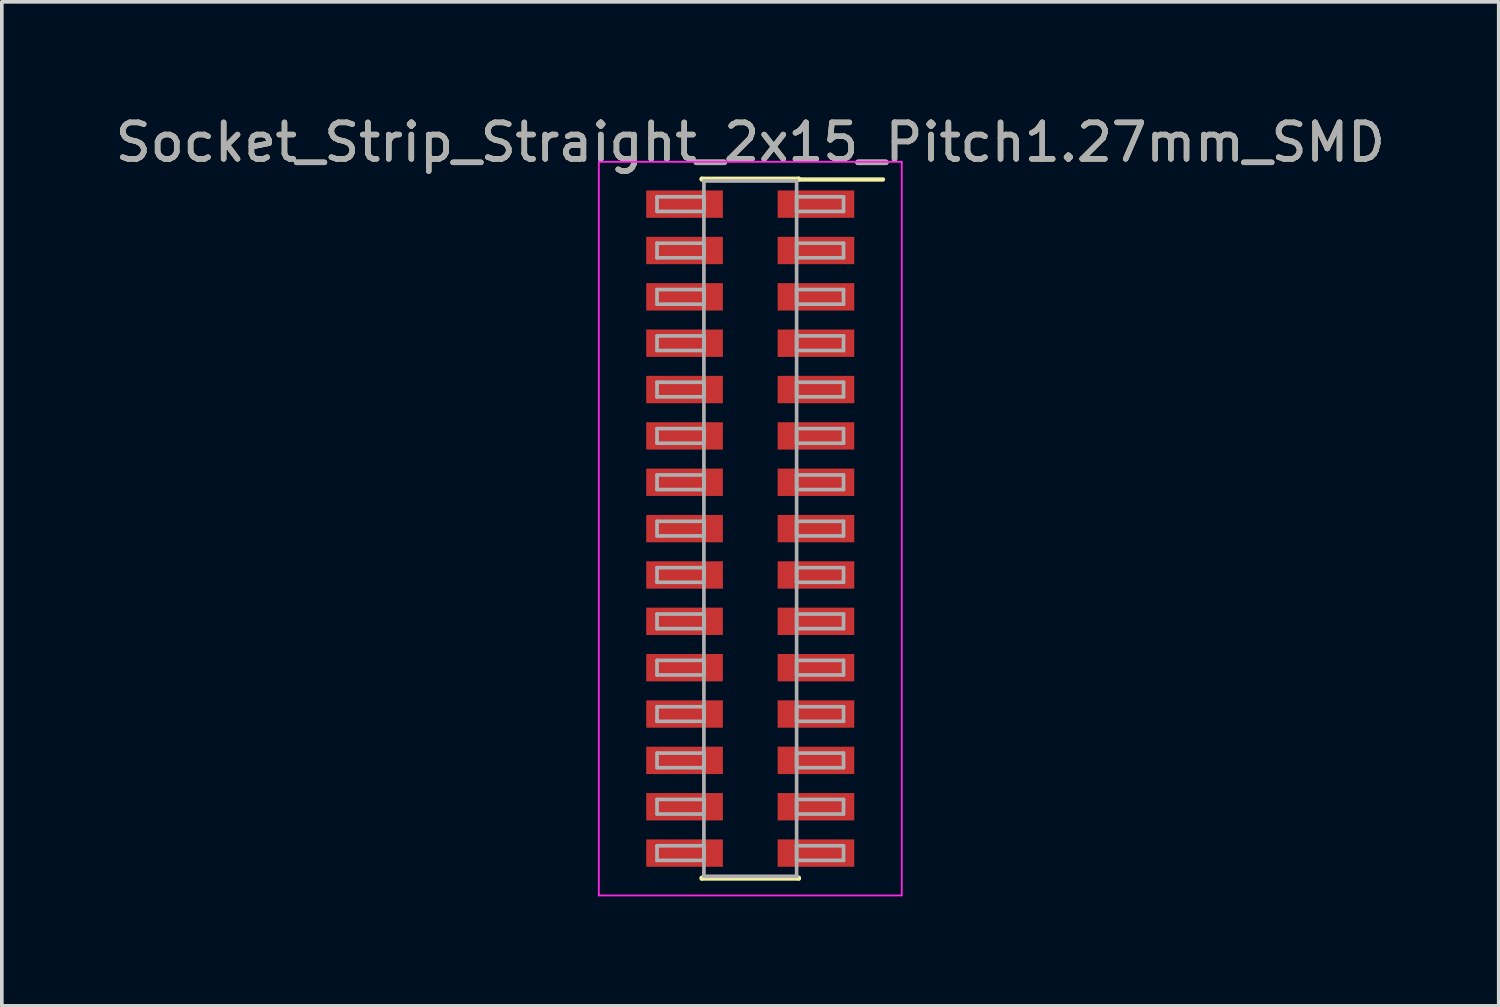
<source format=kicad_pcb>
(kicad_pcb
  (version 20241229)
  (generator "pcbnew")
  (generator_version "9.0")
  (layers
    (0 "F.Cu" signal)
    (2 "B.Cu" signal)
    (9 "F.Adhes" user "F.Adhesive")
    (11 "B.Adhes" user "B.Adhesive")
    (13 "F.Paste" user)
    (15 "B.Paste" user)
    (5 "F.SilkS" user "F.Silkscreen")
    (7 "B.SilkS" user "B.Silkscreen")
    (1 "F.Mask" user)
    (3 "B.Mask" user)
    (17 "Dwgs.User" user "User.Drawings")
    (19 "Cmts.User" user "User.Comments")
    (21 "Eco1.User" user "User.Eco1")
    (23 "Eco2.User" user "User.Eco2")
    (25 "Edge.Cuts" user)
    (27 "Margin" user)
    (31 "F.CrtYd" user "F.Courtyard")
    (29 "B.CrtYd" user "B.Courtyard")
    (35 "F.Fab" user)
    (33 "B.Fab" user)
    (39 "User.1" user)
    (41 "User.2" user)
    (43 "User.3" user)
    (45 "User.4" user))
  (footprint "Socket_Strip_Straight_2x15_Pitch1.27mm_SMD"
    (layer "F.Cu")
    (at 17.506 11.433)
    (property "Reference" "Socket_Strip_Straight_2x15_Pitch1.27mm_SMD" (at 0 -10.585 0) (layer "F.SilkS") (effects (font (size 1 1) (thickness 0.15))))
    (attr smd)
    (fp_line (start -1.33 -9.585) (end 1.33 -9.585) (stroke (width 0.12) (type solid)) (layer "F.SilkS"))
    (fp_line (start -1.33 -9.565) (end -1.33 -9.585) (stroke (width 0.12) (type solid)) (layer "F.SilkS"))
    (fp_line (start -1.33 9.565) (end -1.33 9.585) (stroke (width 0.12) (type solid)) (layer "F.SilkS"))
    (fp_line (start -1.33 9.585) (end 1.33 9.585) (stroke (width 0.12) (type solid)) (layer "F.SilkS"))
    (fp_line (start 1.33 -9.585) (end 1.33 -9.565) (stroke (width 0.12) (type solid)) (layer "F.SilkS"))
    (fp_line (start 1.33 9.585) (end 1.33 9.565) (stroke (width 0.12) (type solid)) (layer "F.SilkS"))
    (fp_line (start 3.635 -9.565) (end 1.33 -9.565) (stroke (width 0.12) (type solid)) (layer "F.SilkS"))
    (fp_line (start -4.15 -10.05) (end -4.15 10.05) (stroke (width 0.05) (type solid)) (layer "F.CrtYd"))
    (fp_line (start -4.15 10.05) (end 4.15 10.05) (stroke (width 0.05) (type solid)) (layer "F.CrtYd"))
    (fp_line (start 4.15 -10.05) (end -4.15 -10.05) (stroke (width 0.05) (type solid)) (layer "F.CrtYd"))
    (fp_line (start 4.15 10.05) (end 4.15 -10.05) (stroke (width 0.05) (type solid)) (layer "F.CrtYd"))
    (fp_line (start -2.555 -9.09) (end -1.27 -9.09) (stroke (width 0.1) (type solid)) (layer "F.Fab"))
    (fp_line (start -2.555 -8.69) (end -2.555 -9.09) (stroke (width 0.1) (type solid)) (layer "F.Fab"))
    (fp_line (start -2.555 -7.82) (end -1.27 -7.82) (stroke (width 0.1) (type solid)) (layer "F.Fab"))
    (fp_line (start -2.555 -7.42) (end -2.555 -7.82) (stroke (width 0.1) (type solid)) (layer "F.Fab"))
    (fp_line (start -2.555 -6.55) (end -1.27 -6.55) (stroke (width 0.1) (type solid)) (layer "F.Fab"))
    (fp_line (start -2.555 -6.15) (end -2.555 -6.55) (stroke (width 0.1) (type solid)) (layer "F.Fab"))
    (fp_line (start -2.555 -5.28) (end -1.27 -5.28) (stroke (width 0.1) (type solid)) (layer "F.Fab"))
    (fp_line (start -2.555 -4.88) (end -2.555 -5.28) (stroke (width 0.1) (type solid)) (layer "F.Fab"))
    (fp_line (start -2.555 -4.01) (end -1.27 -4.01) (stroke (width 0.1) (type solid)) (layer "F.Fab"))
    (fp_line (start -2.555 -3.61) (end -2.555 -4.01) (stroke (width 0.1) (type solid)) (layer "F.Fab"))
    (fp_line (start -2.555 -2.74) (end -1.27 -2.74) (stroke (width 0.1) (type solid)) (layer "F.Fab"))
    (fp_line (start -2.555 -2.34) (end -2.555 -2.74) (stroke (width 0.1) (type solid)) (layer "F.Fab"))
    (fp_line (start -2.555 -1.47) (end -1.27 -1.47) (stroke (width 0.1) (type solid)) (layer "F.Fab"))
    (fp_line (start -2.555 -1.07) (end -2.555 -1.47) (stroke (width 0.1) (type solid)) (layer "F.Fab"))
    (fp_line (start -2.555 -0.2) (end -1.27 -0.2) (stroke (width 0.1) (type solid)) (layer "F.Fab"))
    (fp_line (start -2.555 0.2) (end -2.555 -0.2) (stroke (width 0.1) (type solid)) (layer "F.Fab"))
    (fp_line (start -2.555 1.07) (end -1.27 1.07) (stroke (width 0.1) (type solid)) (layer "F.Fab"))
    (fp_line (start -2.555 1.47) (end -2.555 1.07) (stroke (width 0.1) (type solid)) (layer "F.Fab"))
    (fp_line (start -2.555 2.34) (end -1.27 2.34) (stroke (width 0.1) (type solid)) (layer "F.Fab"))
    (fp_line (start -2.555 2.74) (end -2.555 2.34) (stroke (width 0.1) (type solid)) (layer "F.Fab"))
    (fp_line (start -2.555 3.61) (end -1.27 3.61) (stroke (width 0.1) (type solid)) (layer "F.Fab"))
    (fp_line (start -2.555 4.01) (end -2.555 3.61) (stroke (width 0.1) (type solid)) (layer "F.Fab"))
    (fp_line (start -2.555 4.88) (end -1.27 4.88) (stroke (width 0.1) (type solid)) (layer "F.Fab"))
    (fp_line (start -2.555 5.28) (end -2.555 4.88) (stroke (width 0.1) (type solid)) (layer "F.Fab"))
    (fp_line (start -2.555 6.15) (end -1.27 6.15) (stroke (width 0.1) (type solid)) (layer "F.Fab"))
    (fp_line (start -2.555 6.55) (end -2.555 6.15) (stroke (width 0.1) (type solid)) (layer "F.Fab"))
    (fp_line (start -2.555 7.42) (end -1.27 7.42) (stroke (width 0.1) (type solid)) (layer "F.Fab"))
    (fp_line (start -2.555 7.82) (end -2.555 7.42) (stroke (width 0.1) (type solid)) (layer "F.Fab"))
    (fp_line (start -2.555 8.69) (end -1.27 8.69) (stroke (width 0.1) (type solid)) (layer "F.Fab"))
    (fp_line (start -2.555 9.09) (end -2.555 8.69) (stroke (width 0.1) (type solid)) (layer "F.Fab"))
    (fp_line (start -1.27 -9.525) (end -1.27 9.525) (stroke (width 0.1) (type solid)) (layer "F.Fab"))
    (fp_line (start -1.27 -9.09) (end -1.27 -8.69) (stroke (width 0.1) (type solid)) (layer "F.Fab"))
    (fp_line (start -1.27 -8.69) (end -2.555 -8.69) (stroke (width 0.1) (type solid)) (layer "F.Fab"))
    (fp_line (start -1.27 -7.82) (end -1.27 -7.42) (stroke (width 0.1) (type solid)) (layer "F.Fab"))
    (fp_line (start -1.27 -7.42) (end -2.555 -7.42) (stroke (width 0.1) (type solid)) (layer "F.Fab"))
    (fp_line (start -1.27 -6.55) (end -1.27 -6.15) (stroke (width 0.1) (type solid)) (layer "F.Fab"))
    (fp_line (start -1.27 -6.15) (end -2.555 -6.15) (stroke (width 0.1) (type solid)) (layer "F.Fab"))
    (fp_line (start -1.27 -5.28) (end -1.27 -4.88) (stroke (width 0.1) (type solid)) (layer "F.Fab"))
    (fp_line (start -1.27 -4.88) (end -2.555 -4.88) (stroke (width 0.1) (type solid)) (layer "F.Fab"))
    (fp_line (start -1.27 -4.01) (end -1.27 -3.61) (stroke (width 0.1) (type solid)) (layer "F.Fab"))
    (fp_line (start -1.27 -3.61) (end -2.555 -3.61) (stroke (width 0.1) (type solid)) (layer "F.Fab"))
    (fp_line (start -1.27 -2.74) (end -1.27 -2.34) (stroke (width 0.1) (type solid)) (layer "F.Fab"))
    (fp_line (start -1.27 -2.34) (end -2.555 -2.34) (stroke (width 0.1) (type solid)) (layer "F.Fab"))
    (fp_line (start -1.27 -1.47) (end -1.27 -1.07) (stroke (width 0.1) (type solid)) (layer "F.Fab"))
    (fp_line (start -1.27 -1.07) (end -2.555 -1.07) (stroke (width 0.1) (type solid)) (layer "F.Fab"))
    (fp_line (start -1.27 -0.2) (end -1.27 0.2) (stroke (width 0.1) (type solid)) (layer "F.Fab"))
    (fp_line (start -1.27 0.2) (end -2.555 0.2) (stroke (width 0.1) (type solid)) (layer "F.Fab"))
    (fp_line (start -1.27 1.07) (end -1.27 1.47) (stroke (width 0.1) (type solid)) (layer "F.Fab"))
    (fp_line (start -1.27 1.47) (end -2.555 1.47) (stroke (width 0.1) (type solid)) (layer "F.Fab"))
    (fp_line (start -1.27 2.34) (end -1.27 2.74) (stroke (width 0.1) (type solid)) (layer "F.Fab"))
    (fp_line (start -1.27 2.74) (end -2.555 2.74) (stroke (width 0.1) (type solid)) (layer "F.Fab"))
    (fp_line (start -1.27 3.61) (end -1.27 4.01) (stroke (width 0.1) (type solid)) (layer "F.Fab"))
    (fp_line (start -1.27 4.01) (end -2.555 4.01) (stroke (width 0.1) (type solid)) (layer "F.Fab"))
    (fp_line (start -1.27 4.88) (end -1.27 5.28) (stroke (width 0.1) (type solid)) (layer "F.Fab"))
    (fp_line (start -1.27 5.28) (end -2.555 5.28) (stroke (width 0.1) (type solid)) (layer "F.Fab"))
    (fp_line (start -1.27 6.15) (end -1.27 6.55) (stroke (width 0.1) (type solid)) (layer "F.Fab"))
    (fp_line (start -1.27 6.55) (end -2.555 6.55) (stroke (width 0.1) (type solid)) (layer "F.Fab"))
    (fp_line (start -1.27 7.42) (end -1.27 7.82) (stroke (width 0.1) (type solid)) (layer "F.Fab"))
    (fp_line (start -1.27 7.82) (end -2.555 7.82) (stroke (width 0.1) (type solid)) (layer "F.Fab"))
    (fp_line (start -1.27 8.69) (end -1.27 9.09) (stroke (width 0.1) (type solid)) (layer "F.Fab"))
    (fp_line (start -1.27 9.09) (end -2.555 9.09) (stroke (width 0.1) (type solid)) (layer "F.Fab"))
    (fp_line (start -1.27 9.525) (end 1.27 9.525) (stroke (width 0.1) (type solid)) (layer "F.Fab"))
    (fp_line (start 1.27 -9.525) (end -1.27 -9.525) (stroke (width 0.1) (type solid)) (layer "F.Fab"))
    (fp_line (start 1.27 -9.09) (end 1.27 -8.69) (stroke (width 0.1) (type solid)) (layer "F.Fab"))
    (fp_line (start 1.27 -8.69) (end 2.555 -8.69) (stroke (width 0.1) (type solid)) (layer "F.Fab"))
    (fp_line (start 1.27 -7.82) (end 1.27 -7.42) (stroke (width 0.1) (type solid)) (layer "F.Fab"))
    (fp_line (start 1.27 -7.42) (end 2.555 -7.42) (stroke (width 0.1) (type solid)) (layer "F.Fab"))
    (fp_line (start 1.27 -6.55) (end 1.27 -6.15) (stroke (width 0.1) (type solid)) (layer "F.Fab"))
    (fp_line (start 1.27 -6.15) (end 2.555 -6.15) (stroke (width 0.1) (type solid)) (layer "F.Fab"))
    (fp_line (start 1.27 -5.28) (end 1.27 -4.88) (stroke (width 0.1) (type solid)) (layer "F.Fab"))
    (fp_line (start 1.27 -4.88) (end 2.555 -4.88) (stroke (width 0.1) (type solid)) (layer "F.Fab"))
    (fp_line (start 1.27 -4.01) (end 1.27 -3.61) (stroke (width 0.1) (type solid)) (layer "F.Fab"))
    (fp_line (start 1.27 -3.61) (end 2.555 -3.61) (stroke (width 0.1) (type solid)) (layer "F.Fab"))
    (fp_line (start 1.27 -2.74) (end 1.27 -2.34) (stroke (width 0.1) (type solid)) (layer "F.Fab"))
    (fp_line (start 1.27 -2.34) (end 2.555 -2.34) (stroke (width 0.1) (type solid)) (layer "F.Fab"))
    (fp_line (start 1.27 -1.47) (end 1.27 -1.07) (stroke (width 0.1) (type solid)) (layer "F.Fab"))
    (fp_line (start 1.27 -1.07) (end 2.555 -1.07) (stroke (width 0.1) (type solid)) (layer "F.Fab"))
    (fp_line (start 1.27 -0.2) (end 1.27 0.2) (stroke (width 0.1) (type solid)) (layer "F.Fab"))
    (fp_line (start 1.27 0.2) (end 2.555 0.2) (stroke (width 0.1) (type solid)) (layer "F.Fab"))
    (fp_line (start 1.27 1.07) (end 1.27 1.47) (stroke (width 0.1) (type solid)) (layer "F.Fab"))
    (fp_line (start 1.27 1.47) (end 2.555 1.47) (stroke (width 0.1) (type solid)) (layer "F.Fab"))
    (fp_line (start 1.27 2.34) (end 1.27 2.74) (stroke (width 0.1) (type solid)) (layer "F.Fab"))
    (fp_line (start 1.27 2.74) (end 2.555 2.74) (stroke (width 0.1) (type solid)) (layer "F.Fab"))
    (fp_line (start 1.27 3.61) (end 1.27 4.01) (stroke (width 0.1) (type solid)) (layer "F.Fab"))
    (fp_line (start 1.27 4.01) (end 2.555 4.01) (stroke (width 0.1) (type solid)) (layer "F.Fab"))
    (fp_line (start 1.27 4.88) (end 1.27 5.28) (stroke (width 0.1) (type solid)) (layer "F.Fab"))
    (fp_line (start 1.27 5.28) (end 2.555 5.28) (stroke (width 0.1) (type solid)) (layer "F.Fab"))
    (fp_line (start 1.27 6.15) (end 1.27 6.55) (stroke (width 0.1) (type solid)) (layer "F.Fab"))
    (fp_line (start 1.27 6.55) (end 2.555 6.55) (stroke (width 0.1) (type solid)) (layer "F.Fab"))
    (fp_line (start 1.27 7.42) (end 1.27 7.82) (stroke (width 0.1) (type solid)) (layer "F.Fab"))
    (fp_line (start 1.27 7.82) (end 2.555 7.82) (stroke (width 0.1) (type solid)) (layer "F.Fab"))
    (fp_line (start 1.27 8.69) (end 1.27 9.09) (stroke (width 0.1) (type solid)) (layer "F.Fab"))
    (fp_line (start 1.27 9.09) (end 2.555 9.09) (stroke (width 0.1) (type solid)) (layer "F.Fab"))
    (fp_line (start 1.27 9.525) (end 1.27 -9.525) (stroke (width 0.1) (type solid)) (layer "F.Fab"))
    (fp_line (start 2.555 -9.09) (end 1.27 -9.09) (stroke (width 0.1) (type solid)) (layer "F.Fab"))
    (fp_line (start 2.555 -8.69) (end 2.555 -9.09) (stroke (width 0.1) (type solid)) (layer "F.Fab"))
    (fp_line (start 2.555 -7.82) (end 1.27 -7.82) (stroke (width 0.1) (type solid)) (layer "F.Fab"))
    (fp_line (start 2.555 -7.42) (end 2.555 -7.82) (stroke (width 0.1) (type solid)) (layer "F.Fab"))
    (fp_line (start 2.555 -6.55) (end 1.27 -6.55) (stroke (width 0.1) (type solid)) (layer "F.Fab"))
    (fp_line (start 2.555 -6.15) (end 2.555 -6.55) (stroke (width 0.1) (type solid)) (layer "F.Fab"))
    (fp_line (start 2.555 -5.28) (end 1.27 -5.28) (stroke (width 0.1) (type solid)) (layer "F.Fab"))
    (fp_line (start 2.555 -4.88) (end 2.555 -5.28) (stroke (width 0.1) (type solid)) (layer "F.Fab"))
    (fp_line (start 2.555 -4.01) (end 1.27 -4.01) (stroke (width 0.1) (type solid)) (layer "F.Fab"))
    (fp_line (start 2.555 -3.61) (end 2.555 -4.01) (stroke (width 0.1) (type solid)) (layer "F.Fab"))
    (fp_line (start 2.555 -2.74) (end 1.27 -2.74) (stroke (width 0.1) (type solid)) (layer "F.Fab"))
    (fp_line (start 2.555 -2.34) (end 2.555 -2.74) (stroke (width 0.1) (type solid)) (layer "F.Fab"))
    (fp_line (start 2.555 -1.47) (end 1.27 -1.47) (stroke (width 0.1) (type solid)) (layer "F.Fab"))
    (fp_line (start 2.555 -1.07) (end 2.555 -1.47) (stroke (width 0.1) (type solid)) (layer "F.Fab"))
    (fp_line (start 2.555 -0.2) (end 1.27 -0.2) (stroke (width 0.1) (type solid)) (layer "F.Fab"))
    (fp_line (start 2.555 0.2) (end 2.555 -0.2) (stroke (width 0.1) (type solid)) (layer "F.Fab"))
    (fp_line (start 2.555 1.07) (end 1.27 1.07) (stroke (width 0.1) (type solid)) (layer "F.Fab"))
    (fp_line (start 2.555 1.47) (end 2.555 1.07) (stroke (width 0.1) (type solid)) (layer "F.Fab"))
    (fp_line (start 2.555 2.34) (end 1.27 2.34) (stroke (width 0.1) (type solid)) (layer "F.Fab"))
    (fp_line (start 2.555 2.74) (end 2.555 2.34) (stroke (width 0.1) (type solid)) (layer "F.Fab"))
    (fp_line (start 2.555 3.61) (end 1.27 3.61) (stroke (width 0.1) (type solid)) (layer "F.Fab"))
    (fp_line (start 2.555 4.01) (end 2.555 3.61) (stroke (width 0.1) (type solid)) (layer "F.Fab"))
    (fp_line (start 2.555 4.88) (end 1.27 4.88) (stroke (width 0.1) (type solid)) (layer "F.Fab"))
    (fp_line (start 2.555 5.28) (end 2.555 4.88) (stroke (width 0.1) (type solid)) (layer "F.Fab"))
    (fp_line (start 2.555 6.15) (end 1.27 6.15) (stroke (width 0.1) (type solid)) (layer "F.Fab"))
    (fp_line (start 2.555 6.55) (end 2.555 6.15) (stroke (width 0.1) (type solid)) (layer "F.Fab"))
    (fp_line (start 2.555 7.42) (end 1.27 7.42) (stroke (width 0.1) (type solid)) (layer "F.Fab"))
    (fp_line (start 2.555 7.82) (end 2.555 7.42) (stroke (width 0.1) (type solid)) (layer "F.Fab"))
    (fp_line (start 2.555 8.69) (end 1.27 8.69) (stroke (width 0.1) (type solid)) (layer "F.Fab"))
    (fp_line (start 2.555 9.09) (end 2.555 8.69) (stroke (width 0.1) (type solid)) (layer "F.Fab"))
    (fp_text user "${REFERENCE}" (at 0 -10.585 0) (layer "F.Fab") (effects (font (size 1 1) (thickness 0.15))))
    (pad "1" smd rect (at 1.8 -8.89) (size 2.1 0.75) (layers "F.Cu" "F.Mask" "F.Paste"))
    (pad "2" smd rect (at -1.8 -8.89) (size 2.1 0.75) (layers "F.Cu" "F.Mask" "F.Paste"))
    (pad "3" smd rect (at 1.8 -7.62) (size 2.1 0.75) (layers "F.Cu" "F.Mask" "F.Paste"))
    (pad "4" smd rect (at -1.8 -7.62) (size 2.1 0.75) (layers "F.Cu" "F.Mask" "F.Paste"))
    (pad "5" smd rect (at 1.8 -6.35) (size 2.1 0.75) (layers "F.Cu" "F.Mask" "F.Paste"))
    (pad "6" smd rect (at -1.8 -6.35) (size 2.1 0.75) (layers "F.Cu" "F.Mask" "F.Paste"))
    (pad "7" smd rect (at 1.8 -5.08) (size 2.1 0.75) (layers "F.Cu" "F.Mask" "F.Paste"))
    (pad "8" smd rect (at -1.8 -5.08) (size 2.1 0.75) (layers "F.Cu" "F.Mask" "F.Paste"))
    (pad "9" smd rect (at 1.8 -3.81) (size 2.1 0.75) (layers "F.Cu" "F.Mask" "F.Paste"))
    (pad "10" smd rect (at -1.8 -3.81) (size 2.1 0.75) (layers "F.Cu" "F.Mask" "F.Paste"))
    (pad "11" smd rect (at 1.8 -2.54) (size 2.1 0.75) (layers "F.Cu" "F.Mask" "F.Paste"))
    (pad "12" smd rect (at -1.8 -2.54) (size 2.1 0.75) (layers "F.Cu" "F.Mask" "F.Paste"))
    (pad "13" smd rect (at 1.8 -1.27) (size 2.1 0.75) (layers "F.Cu" "F.Mask" "F.Paste"))
    (pad "14" smd rect (at -1.8 -1.27) (size 2.1 0.75) (layers "F.Cu" "F.Mask" "F.Paste"))
    (pad "15" smd rect (at 1.8 0) (size 2.1 0.75) (layers "F.Cu" "F.Mask" "F.Paste"))
    (pad "16" smd rect (at -1.8 0) (size 2.1 0.75) (layers "F.Cu" "F.Mask" "F.Paste"))
    (pad "17" smd rect (at 1.8 1.27) (size 2.1 0.75) (layers "F.Cu" "F.Mask" "F.Paste"))
    (pad "18" smd rect (at -1.8 1.27) (size 2.1 0.75) (layers "F.Cu" "F.Mask" "F.Paste"))
    (pad "19" smd rect (at 1.8 2.54) (size 2.1 0.75) (layers "F.Cu" "F.Mask" "F.Paste"))
    (pad "20" smd rect (at -1.8 2.54) (size 2.1 0.75) (layers "F.Cu" "F.Mask" "F.Paste"))
    (pad "21" smd rect (at 1.8 3.81) (size 2.1 0.75) (layers "F.Cu" "F.Mask" "F.Paste"))
    (pad "22" smd rect (at -1.8 3.81) (size 2.1 0.75) (layers "F.Cu" "F.Mask" "F.Paste"))
    (pad "23" smd rect (at 1.8 5.08) (size 2.1 0.75) (layers "F.Cu" "F.Mask" "F.Paste"))
    (pad "24" smd rect (at -1.8 5.08) (size 2.1 0.75) (layers "F.Cu" "F.Mask" "F.Paste"))
    (pad "25" smd rect (at 1.8 6.35) (size 2.1 0.75) (layers "F.Cu" "F.Mask" "F.Paste"))
    (pad "26" smd rect (at -1.8 6.35) (size 2.1 0.75) (layers "F.Cu" "F.Mask" "F.Paste"))
    (pad "27" smd rect (at 1.8 7.62) (size 2.1 0.75) (layers "F.Cu" "F.Mask" "F.Paste"))
    (pad "28" smd rect (at -1.8 7.62) (size 2.1 0.75) (layers "F.Cu" "F.Mask" "F.Paste"))
    (pad "29" smd rect (at 1.8 8.89) (size 2.1 0.75) (layers "F.Cu" "F.Mask" "F.Paste"))
    (pad "30" smd rect (at -1.8 8.89) (size 2.1 0.75) (layers "F.Cu" "F.Mask" "F.Paste")))
  (gr_rect
    (start -3 -3)
    (end 38.012 24.508)
    (stroke (width 0.1) (type default))
    (fill no)
    (layer "Edge.Cuts")))
</source>
